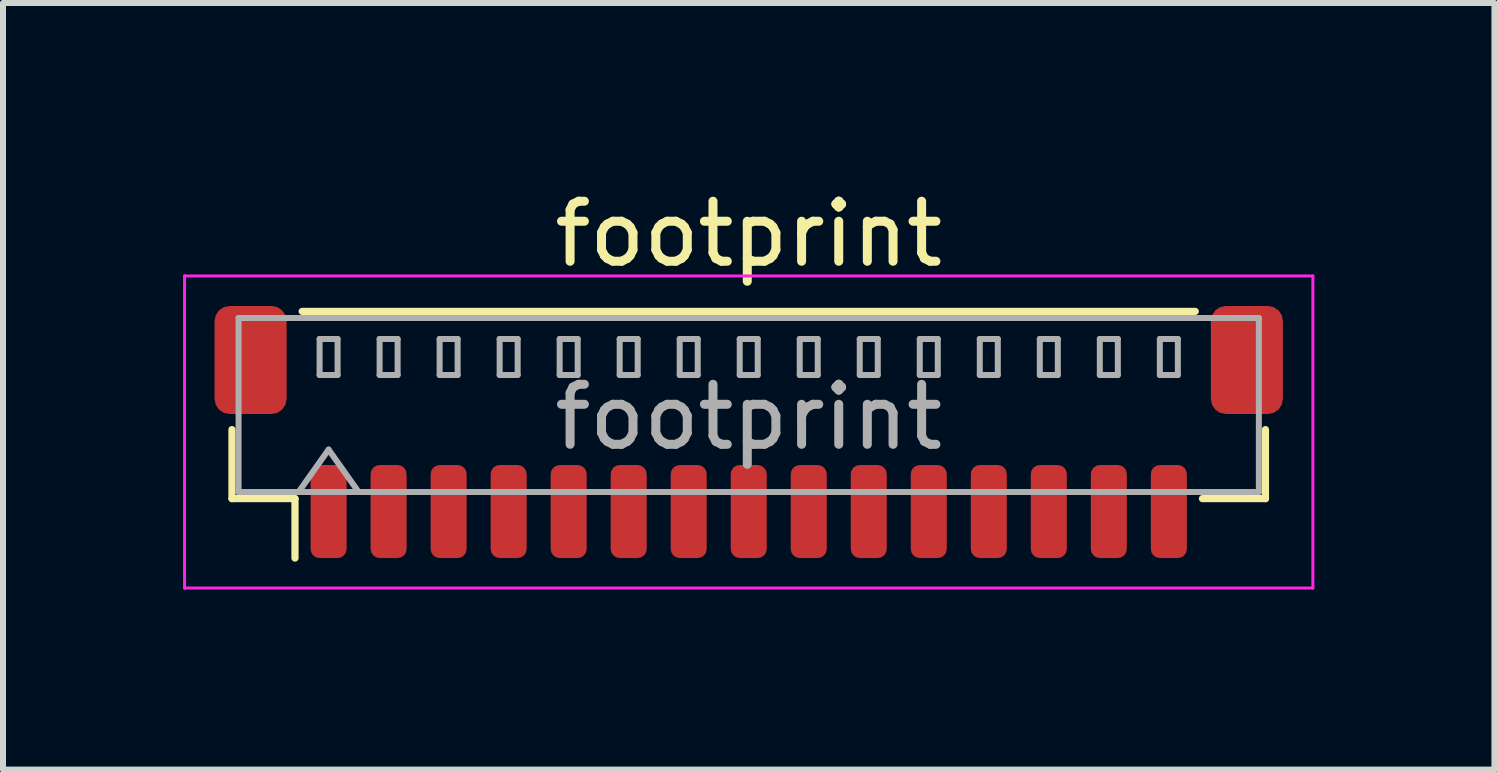
<source format=kicad_pcb>
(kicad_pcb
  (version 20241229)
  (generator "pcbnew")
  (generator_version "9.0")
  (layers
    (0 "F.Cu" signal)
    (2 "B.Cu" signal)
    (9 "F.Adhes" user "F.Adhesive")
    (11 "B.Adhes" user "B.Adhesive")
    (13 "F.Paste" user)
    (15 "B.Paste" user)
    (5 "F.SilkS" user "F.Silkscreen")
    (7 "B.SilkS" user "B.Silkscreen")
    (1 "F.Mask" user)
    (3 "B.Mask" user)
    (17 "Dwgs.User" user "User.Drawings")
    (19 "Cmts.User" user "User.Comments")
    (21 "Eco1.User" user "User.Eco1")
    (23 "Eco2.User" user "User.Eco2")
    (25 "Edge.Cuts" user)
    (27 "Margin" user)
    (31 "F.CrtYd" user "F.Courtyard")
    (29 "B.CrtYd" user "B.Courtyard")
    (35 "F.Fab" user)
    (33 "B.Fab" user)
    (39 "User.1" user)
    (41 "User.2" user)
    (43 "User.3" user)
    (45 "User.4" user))
  (footprint "footprint"
    (layer "F.Cu")
    (at 9.425 4.148)
    (property "Reference" "footprint" (at 0 -3.3 0) (layer "F.SilkS") (effects (font (size 1 1) (thickness 0.15))))
    (attr smd)
    (fp_line (start -8.61 -0.04) (end -8.61 1.11) (stroke (width 0.12) (type solid)) (layer "F.SilkS"))
    (fp_line (start -8.61 1.11) (end -7.56 1.11) (stroke (width 0.12) (type solid)) (layer "F.SilkS"))
    (fp_line (start -7.56 1.11) (end -7.56 2.1) (stroke (width 0.12) (type solid)) (layer "F.SilkS"))
    (fp_line (start -7.44 -2.01) (end 7.44 -2.01) (stroke (width 0.12) (type solid)) (layer "F.SilkS"))
    (fp_line (start 8.61 -0.04) (end 8.61 1.11) (stroke (width 0.12) (type solid)) (layer "F.SilkS"))
    (fp_line (start 8.61 1.11) (end 7.56 1.11) (stroke (width 0.12) (type solid)) (layer "F.SilkS"))
    (fp_line (start -9.4 -2.6) (end -9.4 2.6) (stroke (width 0.05) (type solid)) (layer "F.CrtYd"))
    (fp_line (start -9.4 2.6) (end 9.4 2.6) (stroke (width 0.05) (type solid)) (layer "F.CrtYd"))
    (fp_line (start 9.4 -2.6) (end -9.4 -2.6) (stroke (width 0.05) (type solid)) (layer "F.CrtYd"))
    (fp_line (start 9.4 2.6) (end 9.4 -2.6) (stroke (width 0.05) (type solid)) (layer "F.CrtYd"))
    (fp_line (start -8.5 -1.9) (end 8.5 -1.9) (stroke (width 0.1) (type solid)) (layer "F.Fab"))
    (fp_line (start -8.5 1) (end -8.5 -1.9) (stroke (width 0.1) (type solid)) (layer "F.Fab"))
    (fp_line (start -8.5 1) (end 8.5 1) (stroke (width 0.1) (type solid)) (layer "F.Fab"))
    (fp_line (start -7.5 1) (end -7 0.293) (stroke (width 0.1) (type solid)) (layer "F.Fab"))
    (fp_line (start -7.15 -1.55) (end -7.15 -0.95) (stroke (width 0.1) (type solid)) (layer "F.Fab"))
    (fp_line (start -7.15 -0.95) (end -6.85 -0.95) (stroke (width 0.1) (type solid)) (layer "F.Fab"))
    (fp_line (start -7 0.293) (end -6.5 1) (stroke (width 0.1) (type solid)) (layer "F.Fab"))
    (fp_line (start -6.85 -1.55) (end -7.15 -1.55) (stroke (width 0.1) (type solid)) (layer "F.Fab"))
    (fp_line (start -6.85 -0.95) (end -6.85 -1.55) (stroke (width 0.1) (type solid)) (layer "F.Fab"))
    (fp_line (start -6.15 -1.55) (end -6.15 -0.95) (stroke (width 0.1) (type solid)) (layer "F.Fab"))
    (fp_line (start -6.15 -0.95) (end -5.85 -0.95) (stroke (width 0.1) (type solid)) (layer "F.Fab"))
    (fp_line (start -5.85 -1.55) (end -6.15 -1.55) (stroke (width 0.1) (type solid)) (layer "F.Fab"))
    (fp_line (start -5.85 -0.95) (end -5.85 -1.55) (stroke (width 0.1) (type solid)) (layer "F.Fab"))
    (fp_line (start -5.15 -1.55) (end -5.15 -0.95) (stroke (width 0.1) (type solid)) (layer "F.Fab"))
    (fp_line (start -5.15 -0.95) (end -4.85 -0.95) (stroke (width 0.1) (type solid)) (layer "F.Fab"))
    (fp_line (start -4.85 -1.55) (end -5.15 -1.55) (stroke (width 0.1) (type solid)) (layer "F.Fab"))
    (fp_line (start -4.85 -0.95) (end -4.85 -1.55) (stroke (width 0.1) (type solid)) (layer "F.Fab"))
    (fp_line (start -4.15 -1.55) (end -4.15 -0.95) (stroke (width 0.1) (type solid)) (layer "F.Fab"))
    (fp_line (start -4.15 -0.95) (end -3.85 -0.95) (stroke (width 0.1) (type solid)) (layer "F.Fab"))
    (fp_line (start -3.85 -1.55) (end -4.15 -1.55) (stroke (width 0.1) (type solid)) (layer "F.Fab"))
    (fp_line (start -3.85 -0.95) (end -3.85 -1.55) (stroke (width 0.1) (type solid)) (layer "F.Fab"))
    (fp_line (start -3.15 -1.55) (end -3.15 -0.95) (stroke (width 0.1) (type solid)) (layer "F.Fab"))
    (fp_line (start -3.15 -0.95) (end -2.85 -0.95) (stroke (width 0.1) (type solid)) (layer "F.Fab"))
    (fp_line (start -2.85 -1.55) (end -3.15 -1.55) (stroke (width 0.1) (type solid)) (layer "F.Fab"))
    (fp_line (start -2.85 -0.95) (end -2.85 -1.55) (stroke (width 0.1) (type solid)) (layer "F.Fab"))
    (fp_line (start -2.15 -1.55) (end -2.15 -0.95) (stroke (width 0.1) (type solid)) (layer "F.Fab"))
    (fp_line (start -2.15 -0.95) (end -1.85 -0.95) (stroke (width 0.1) (type solid)) (layer "F.Fab"))
    (fp_line (start -1.85 -1.55) (end -2.15 -1.55) (stroke (width 0.1) (type solid)) (layer "F.Fab"))
    (fp_line (start -1.85 -0.95) (end -1.85 -1.55) (stroke (width 0.1) (type solid)) (layer "F.Fab"))
    (fp_line (start -1.15 -1.55) (end -1.15 -0.95) (stroke (width 0.1) (type solid)) (layer "F.Fab"))
    (fp_line (start -1.15 -0.95) (end -0.85 -0.95) (stroke (width 0.1) (type solid)) (layer "F.Fab"))
    (fp_line (start -0.85 -1.55) (end -1.15 -1.55) (stroke (width 0.1) (type solid)) (layer "F.Fab"))
    (fp_line (start -0.85 -0.95) (end -0.85 -1.55) (stroke (width 0.1) (type solid)) (layer "F.Fab"))
    (fp_line (start -0.15 -1.55) (end -0.15 -0.95) (stroke (width 0.1) (type solid)) (layer "F.Fab"))
    (fp_line (start -0.15 -0.95) (end 0.15 -0.95) (stroke (width 0.1) (type solid)) (layer "F.Fab"))
    (fp_line (start 0.15 -1.55) (end -0.15 -1.55) (stroke (width 0.1) (type solid)) (layer "F.Fab"))
    (fp_line (start 0.15 -0.95) (end 0.15 -1.55) (stroke (width 0.1) (type solid)) (layer "F.Fab"))
    (fp_line (start 0.85 -1.55) (end 0.85 -0.95) (stroke (width 0.1) (type solid)) (layer "F.Fab"))
    (fp_line (start 0.85 -0.95) (end 1.15 -0.95) (stroke (width 0.1) (type solid)) (layer "F.Fab"))
    (fp_line (start 1.15 -1.55) (end 0.85 -1.55) (stroke (width 0.1) (type solid)) (layer "F.Fab"))
    (fp_line (start 1.15 -0.95) (end 1.15 -1.55) (stroke (width 0.1) (type solid)) (layer "F.Fab"))
    (fp_line (start 1.85 -1.55) (end 1.85 -0.95) (stroke (width 0.1) (type solid)) (layer "F.Fab"))
    (fp_line (start 1.85 -0.95) (end 2.15 -0.95) (stroke (width 0.1) (type solid)) (layer "F.Fab"))
    (fp_line (start 2.15 -1.55) (end 1.85 -1.55) (stroke (width 0.1) (type solid)) (layer "F.Fab"))
    (fp_line (start 2.15 -0.95) (end 2.15 -1.55) (stroke (width 0.1) (type solid)) (layer "F.Fab"))
    (fp_line (start 2.85 -1.55) (end 2.85 -0.95) (stroke (width 0.1) (type solid)) (layer "F.Fab"))
    (fp_line (start 2.85 -0.95) (end 3.15 -0.95) (stroke (width 0.1) (type solid)) (layer "F.Fab"))
    (fp_line (start 3.15 -1.55) (end 2.85 -1.55) (stroke (width 0.1) (type solid)) (layer "F.Fab"))
    (fp_line (start 3.15 -0.95) (end 3.15 -1.55) (stroke (width 0.1) (type solid)) (layer "F.Fab"))
    (fp_line (start 3.85 -1.55) (end 3.85 -0.95) (stroke (width 0.1) (type solid)) (layer "F.Fab"))
    (fp_line (start 3.85 -0.95) (end 4.15 -0.95) (stroke (width 0.1) (type solid)) (layer "F.Fab"))
    (fp_line (start 4.15 -1.55) (end 3.85 -1.55) (stroke (width 0.1) (type solid)) (layer "F.Fab"))
    (fp_line (start 4.15 -0.95) (end 4.15 -1.55) (stroke (width 0.1) (type solid)) (layer "F.Fab"))
    (fp_line (start 4.85 -1.55) (end 4.85 -0.95) (stroke (width 0.1) (type solid)) (layer "F.Fab"))
    (fp_line (start 4.85 -0.95) (end 5.15 -0.95) (stroke (width 0.1) (type solid)) (layer "F.Fab"))
    (fp_line (start 5.15 -1.55) (end 4.85 -1.55) (stroke (width 0.1) (type solid)) (layer "F.Fab"))
    (fp_line (start 5.15 -0.95) (end 5.15 -1.55) (stroke (width 0.1) (type solid)) (layer "F.Fab"))
    (fp_line (start 5.85 -1.55) (end 5.85 -0.95) (stroke (width 0.1) (type solid)) (layer "F.Fab"))
    (fp_line (start 5.85 -0.95) (end 6.15 -0.95) (stroke (width 0.1) (type solid)) (layer "F.Fab"))
    (fp_line (start 6.15 -1.55) (end 5.85 -1.55) (stroke (width 0.1) (type solid)) (layer "F.Fab"))
    (fp_line (start 6.15 -0.95) (end 6.15 -1.55) (stroke (width 0.1) (type solid)) (layer "F.Fab"))
    (fp_line (start 6.85 -1.55) (end 6.85 -0.95) (stroke (width 0.1) (type solid)) (layer "F.Fab"))
    (fp_line (start 6.85 -0.95) (end 7.15 -0.95) (stroke (width 0.1) (type solid)) (layer "F.Fab"))
    (fp_line (start 7.15 -1.55) (end 6.85 -1.55) (stroke (width 0.1) (type solid)) (layer "F.Fab"))
    (fp_line (start 7.15 -0.95) (end 7.15 -1.55) (stroke (width 0.1) (type solid)) (layer "F.Fab"))
    (fp_line (start 8.5 1) (end 8.5 -1.9) (stroke (width 0.1) (type solid)) (layer "F.Fab"))
    (fp_text user "${REFERENCE}" (at 0 -0.25 0) (layer "F.Fab") (effects (font (size 1 1) (thickness 0.15))))
    (pad "1" smd roundrect (at -7 1.325) (size 0.6 1.55) (layers "F.Cu" "F.Mask" "F.Paste") (roundrect_rratio 0.25))
    (pad "2" smd roundrect (at -6 1.325) (size 0.6 1.55) (layers "F.Cu" "F.Mask" "F.Paste") (roundrect_rratio 0.25))
    (pad "3" smd roundrect (at -5 1.325) (size 0.6 1.55) (layers "F.Cu" "F.Mask" "F.Paste") (roundrect_rratio 0.25))
    (pad "4" smd roundrect (at -4 1.325) (size 0.6 1.55) (layers "F.Cu" "F.Mask" "F.Paste") (roundrect_rratio 0.25))
    (pad "5" smd roundrect (at -3 1.325) (size 0.6 1.55) (layers "F.Cu" "F.Mask" "F.Paste") (roundrect_rratio 0.25))
    (pad "6" smd roundrect (at -2 1.325) (size 0.6 1.55) (layers "F.Cu" "F.Mask" "F.Paste") (roundrect_rratio 0.25))
    (pad "7" smd roundrect (at -1 1.325) (size 0.6 1.55) (layers "F.Cu" "F.Mask" "F.Paste") (roundrect_rratio 0.25))
    (pad "8" smd roundrect (at 0 1.325) (size 0.6 1.55) (layers "F.Cu" "F.Mask" "F.Paste") (roundrect_rratio 0.25))
    (pad "9" smd roundrect (at 1 1.325) (size 0.6 1.55) (layers "F.Cu" "F.Mask" "F.Paste") (roundrect_rratio 0.25))
    (pad "10" smd roundrect (at 2 1.325) (size 0.6 1.55) (layers "F.Cu" "F.Mask" "F.Paste") (roundrect_rratio 0.25))
    (pad "11" smd roundrect (at 3 1.325) (size 0.6 1.55) (layers "F.Cu" "F.Mask" "F.Paste") (roundrect_rratio 0.25))
    (pad "12" smd roundrect (at 4 1.325) (size 0.6 1.55) (layers "F.Cu" "F.Mask" "F.Paste") (roundrect_rratio 0.25))
    (pad "13" smd roundrect (at 5 1.325) (size 0.6 1.55) (layers "F.Cu" "F.Mask" "F.Paste") (roundrect_rratio 0.25))
    (pad "14" smd roundrect (at 6 1.325) (size 0.6 1.55) (layers "F.Cu" "F.Mask" "F.Paste") (roundrect_rratio 0.25))
    (pad "15" smd roundrect (at 7 1.325) (size 0.6 1.55) (layers "F.Cu" "F.Mask" "F.Paste") (roundrect_rratio 0.25))
    (pad "MP" smd roundrect (at -8.3 -1.2) (size 1.2 1.8) (layers "F.Cu" "F.Mask" "F.Paste") (roundrect_rratio 0.208))
    (pad "MP" smd roundrect (at 8.3 -1.2) (size 1.2 1.8) (layers "F.Cu" "F.Mask" "F.Paste") (roundrect_rratio 0.208)))
  (gr_rect
    (start -3 -3)
    (end 21.85 9.773)
    (stroke (width 0.1) (type default))
    (fill no)
    (layer "Edge.Cuts")))
</source>
